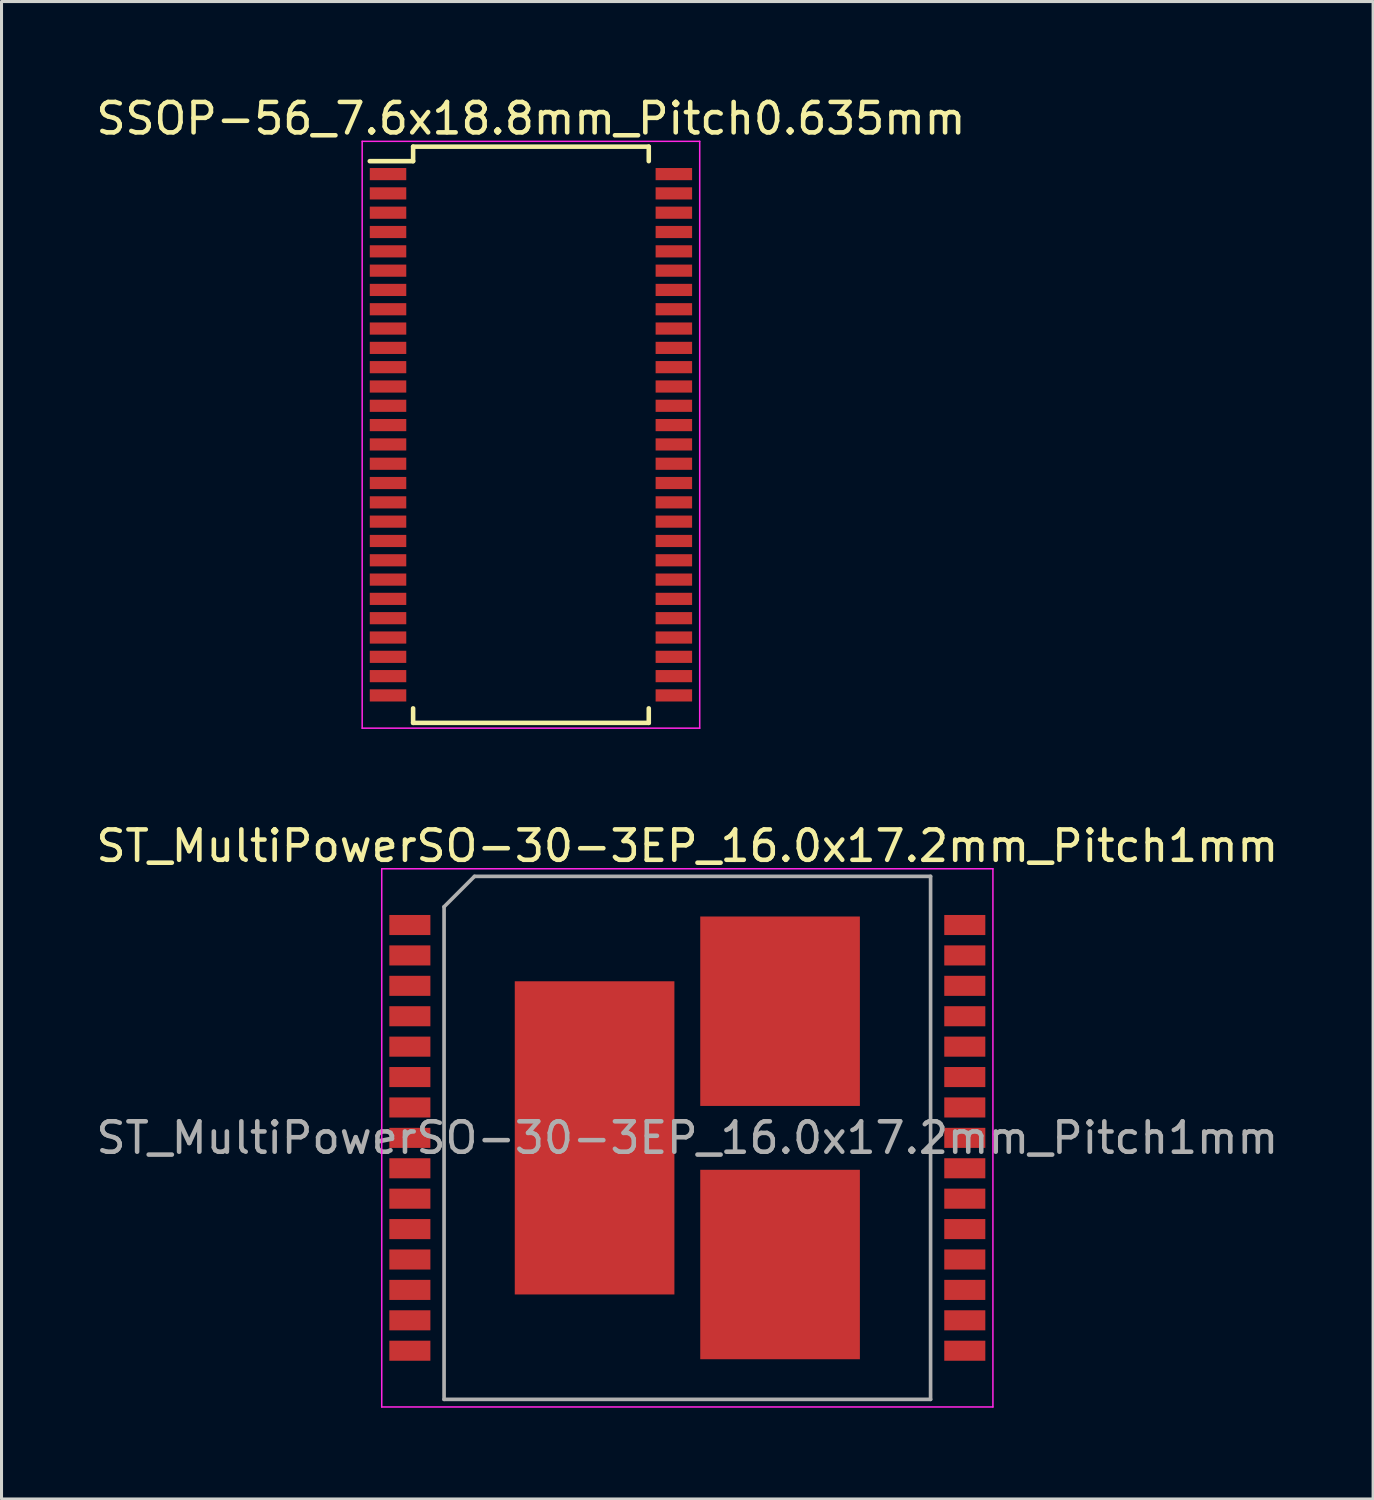
<source format=kicad_pcb>
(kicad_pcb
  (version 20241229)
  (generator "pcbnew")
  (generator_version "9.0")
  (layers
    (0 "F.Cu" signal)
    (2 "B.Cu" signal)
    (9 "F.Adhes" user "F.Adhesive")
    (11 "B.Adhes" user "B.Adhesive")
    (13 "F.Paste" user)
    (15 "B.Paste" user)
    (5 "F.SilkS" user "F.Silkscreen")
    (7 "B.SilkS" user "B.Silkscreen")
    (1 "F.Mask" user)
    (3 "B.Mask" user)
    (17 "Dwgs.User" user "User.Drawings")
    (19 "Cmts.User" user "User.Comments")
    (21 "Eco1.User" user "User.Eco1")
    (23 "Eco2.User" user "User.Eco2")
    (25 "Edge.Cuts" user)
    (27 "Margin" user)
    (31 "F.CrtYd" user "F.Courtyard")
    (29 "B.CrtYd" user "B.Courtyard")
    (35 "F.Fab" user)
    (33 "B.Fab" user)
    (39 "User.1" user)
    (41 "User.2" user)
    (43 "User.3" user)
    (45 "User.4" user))
  (footprint "ST_MultiPowerSO-30-3EP_16.0x17.2mm_Pitch1mm"
    (layer "F.Cu")
    (at 19.554 34.371)
    (property "Reference" "ST_MultiPowerSO-30-3EP_16.0x17.2mm_Pitch1mm" (at 0 -9.6 0) (layer "F.SilkS") (effects (font (size 1 1) (thickness 0.15))))
    (attr smd)
    (fp_line (start -10.05 -8.85) (end -10.05 8.85) (stroke (width 0.05) (type solid)) (layer "F.CrtYd"))
    (fp_line (start -10.05 -8.85) (end 10.05 -8.85) (stroke (width 0.05) (type solid)) (layer "F.CrtYd"))
    (fp_line (start 10.05 8.85) (end -10.05 8.85) (stroke (width 0.05) (type solid)) (layer "F.CrtYd"))
    (fp_line (start 10.05 8.85) (end 10.05 -8.85) (stroke (width 0.05) (type solid)) (layer "F.CrtYd"))
    (fp_line (start -8 -7.6) (end -8 8.6) (stroke (width 0.12) (type solid)) (layer "F.Fab"))
    (fp_line (start -8 8.6) (end 8 8.6) (stroke (width 0.12) (type solid)) (layer "F.Fab"))
    (fp_line (start -7 -8.6) (end -8 -7.6) (stroke (width 0.12) (type solid)) (layer "F.Fab"))
    (fp_line (start 8 -8.6) (end -7 -8.6) (stroke (width 0.12) (type solid)) (layer "F.Fab"))
    (fp_line (start 8 8.6) (end 8 -8.6) (stroke (width 0.12) (type solid)) (layer "F.Fab"))
    (fp_text user "${REFERENCE}" (at 0 0 0) (layer "F.Fab") (effects (font (size 1 1) (thickness 0.15))))
    (pad "1" smd rect (at -9.125 -7 270) (size 0.66 1.35) (layers "F.Cu" "F.Mask" "F.Paste"))
    (pad "2" smd rect (at -9.125 -6 270) (size 0.66 1.35) (layers "F.Cu" "F.Mask" "F.Paste"))
    (pad "3" smd rect (at -9.125 -5 270) (size 0.66 1.35) (layers "F.Cu" "F.Mask" "F.Paste"))
    (pad "4" smd rect (at -9.125 -4 270) (size 0.66 1.35) (layers "F.Cu" "F.Mask" "F.Paste"))
    (pad "5" smd rect (at -9.125 -3 270) (size 0.66 1.35) (layers "F.Cu" "F.Mask" "F.Paste"))
    (pad "6" smd rect (at -9.125 -2 270) (size 0.66 1.35) (layers "F.Cu" "F.Mask" "F.Paste"))
    (pad "7" smd rect (at -9.125 -1 270) (size 0.66 1.35) (layers "F.Cu" "F.Mask" "F.Paste"))
    (pad "8" smd rect (at -9.125 0 270) (size 0.66 1.35) (layers "F.Cu" "F.Mask" "F.Paste"))
    (pad "9" smd rect (at -9.125 1 270) (size 0.66 1.35) (layers "F.Cu" "F.Mask" "F.Paste"))
    (pad "10" smd rect (at -9.125 2 270) (size 0.66 1.35) (layers "F.Cu" "F.Mask" "F.Paste"))
    (pad "11" smd rect (at -9.125 3 270) (size 0.66 1.35) (layers "F.Cu" "F.Mask" "F.Paste"))
    (pad "12" smd rect (at -9.125 4 270) (size 0.66 1.35) (layers "F.Cu" "F.Mask" "F.Paste"))
    (pad "13" smd rect (at -9.125 5 270) (size 0.66 1.35) (layers "F.Cu" "F.Mask" "F.Paste"))
    (pad "14" smd rect (at -9.125 6 270) (size 0.66 1.35) (layers "F.Cu" "F.Mask" "F.Paste"))
    (pad "15" smd rect (at -9.125 7 270) (size 0.66 1.35) (layers "F.Cu" "F.Mask" "F.Paste"))
    (pad "16" smd rect (at 9.125 7 270) (size 0.66 1.35) (layers "F.Cu" "F.Mask" "F.Paste"))
    (pad "17" smd rect (at 9.125 6 270) (size 0.66 1.35) (layers "F.Cu" "F.Mask" "F.Paste"))
    (pad "18" smd rect (at 9.125 5 270) (size 0.66 1.35) (layers "F.Cu" "F.Mask" "F.Paste"))
    (pad "19" smd rect (at 9.125 4 270) (size 0.66 1.35) (layers "F.Cu" "F.Mask" "F.Paste"))
    (pad "20" smd rect (at 9.125 3 270) (size 0.66 1.35) (layers "F.Cu" "F.Mask" "F.Paste"))
    (pad "21" smd rect (at 9.125 2 270) (size 0.66 1.35) (layers "F.Cu" "F.Mask" "F.Paste"))
    (pad "22" smd rect (at 9.125 1 270) (size 0.66 1.35) (layers "F.Cu" "F.Mask" "F.Paste"))
    (pad "23" smd rect (at 9.125 0 270) (size 0.66 1.35) (layers "F.Cu" "F.Mask" "F.Paste"))
    (pad "24" smd rect (at 9.125 -1 270) (size 0.66 1.35) (layers "F.Cu" "F.Mask" "F.Paste"))
    (pad "25" smd rect (at 9.125 -2 270) (size 0.66 1.35) (layers "F.Cu" "F.Mask" "F.Paste"))
    (pad "26" smd rect (at 9.125 -3 270) (size 0.66 1.35) (layers "F.Cu" "F.Mask" "F.Paste"))
    (pad "27" smd rect (at 9.125 -4 270) (size 0.66 1.35) (layers "F.Cu" "F.Mask" "F.Paste"))
    (pad "28" smd rect (at 9.125 -5 270) (size 0.66 1.35) (layers "F.Cu" "F.Mask" "F.Paste"))
    (pad "29" smd rect (at 9.125 -6 270) (size 0.66 1.35) (layers "F.Cu" "F.Mask" "F.Paste"))
    (pad "30" smd rect (at 9.125 -7 270) (size 0.66 1.35) (layers "F.Cu" "F.Mask" "F.Paste"))
    (pad "31" smd rect (at -3.05 0) (size 5.25 10.3) (layers "F.Cu" "F.Mask" "F.Paste"))
    (pad "32" smd rect (at 3.05 -4.165) (size 5.25 6.23) (layers "F.Cu" "F.Mask" "F.Paste"))
    (pad "33" smd rect (at 3.05 4.165) (size 5.25 6.23) (layers "F.Cu" "F.Mask" "F.Paste")))
  (footprint "SSOP-56_7.6x18.8mm_Pitch0.635mm"
    (layer "F.Cu")
    (at 14.411 11.248)
    (property "Reference" "SSOP-56_7.6x18.8mm_Pitch0.635mm" (at 0 -10.4 0) (layer "F.SilkS") (effects (font (size 1 1) (thickness 0.15))))
    (attr smd)
    (fp_line (start -3.875 -9.475) (end -3.875 -8.998) (stroke (width 0.15) (type solid)) (layer "F.SilkS"))
    (fp_line (start -3.875 -9.475) (end 3.875 -9.475) (stroke (width 0.15) (type solid)) (layer "F.SilkS"))
    (fp_line (start -3.875 -8.998) (end -5.3 -8.998) (stroke (width 0.15) (type solid)) (layer "F.SilkS"))
    (fp_line (start -3.875 9.475) (end -3.875 8.998) (stroke (width 0.15) (type solid)) (layer "F.SilkS"))
    (fp_line (start -3.875 9.475) (end 3.875 9.475) (stroke (width 0.15) (type solid)) (layer "F.SilkS"))
    (fp_line (start 3.875 -9.475) (end 3.875 -8.998) (stroke (width 0.15) (type solid)) (layer "F.SilkS"))
    (fp_line (start 3.875 9.475) (end 3.875 8.998) (stroke (width 0.15) (type solid)) (layer "F.SilkS"))
    (fp_line (start -5.55 -9.65) (end -5.55 9.65) (stroke (width 0.05) (type solid)) (layer "F.CrtYd"))
    (fp_line (start -5.55 -9.65) (end 5.55 -9.65) (stroke (width 0.05) (type solid)) (layer "F.CrtYd"))
    (fp_line (start -5.55 9.65) (end 5.55 9.65) (stroke (width 0.05) (type solid)) (layer "F.CrtYd"))
    (fp_line (start 5.55 -9.65) (end 5.55 9.65) (stroke (width 0.05) (type solid)) (layer "F.CrtYd"))
    (pad "1" smd rect (at -4.7 -8.572) (size 1.2 0.4) (layers "F.Cu" "F.Mask" "F.Paste"))
    (pad "2" smd rect (at -4.7 -7.938) (size 1.2 0.4) (layers "F.Cu" "F.Mask" "F.Paste"))
    (pad "3" smd rect (at -4.7 -7.303) (size 1.2 0.4) (layers "F.Cu" "F.Mask" "F.Paste"))
    (pad "4" smd rect (at -4.7 -6.668) (size 1.2 0.4) (layers "F.Cu" "F.Mask" "F.Paste"))
    (pad "5" smd rect (at -4.7 -6.032) (size 1.2 0.4) (layers "F.Cu" "F.Mask" "F.Paste"))
    (pad "6" smd rect (at -4.7 -5.397) (size 1.2 0.4) (layers "F.Cu" "F.Mask" "F.Paste"))
    (pad "7" smd rect (at -4.7 -4.763) (size 1.2 0.4) (layers "F.Cu" "F.Mask" "F.Paste"))
    (pad "8" smd rect (at -4.7 -4.128) (size 1.2 0.4) (layers "F.Cu" "F.Mask" "F.Paste"))
    (pad "9" smd rect (at -4.7 -3.493) (size 1.2 0.4) (layers "F.Cu" "F.Mask" "F.Paste"))
    (pad "10" smd rect (at -4.7 -2.857) (size 1.2 0.4) (layers "F.Cu" "F.Mask" "F.Paste"))
    (pad "11" smd rect (at -4.7 -2.223) (size 1.2 0.4) (layers "F.Cu" "F.Mask" "F.Paste"))
    (pad "12" smd rect (at -4.7 -1.587) (size 1.2 0.4) (layers "F.Cu" "F.Mask" "F.Paste"))
    (pad "13" smd rect (at -4.7 -0.953) (size 1.2 0.4) (layers "F.Cu" "F.Mask" "F.Paste"))
    (pad "14" smd rect (at -4.7 -0.318) (size 1.2 0.4) (layers "F.Cu" "F.Mask" "F.Paste"))
    (pad "15" smd rect (at -4.7 0.318) (size 1.2 0.4) (layers "F.Cu" "F.Mask" "F.Paste"))
    (pad "16" smd rect (at -4.7 0.953) (size 1.2 0.4) (layers "F.Cu" "F.Mask" "F.Paste"))
    (pad "17" smd rect (at -4.7 1.587) (size 1.2 0.4) (layers "F.Cu" "F.Mask" "F.Paste"))
    (pad "18" smd rect (at -4.7 2.223) (size 1.2 0.4) (layers "F.Cu" "F.Mask" "F.Paste"))
    (pad "19" smd rect (at -4.7 2.857) (size 1.2 0.4) (layers "F.Cu" "F.Mask" "F.Paste"))
    (pad "20" smd rect (at -4.7 3.493) (size 1.2 0.4) (layers "F.Cu" "F.Mask" "F.Paste"))
    (pad "21" smd rect (at -4.7 4.128) (size 1.2 0.4) (layers "F.Cu" "F.Mask" "F.Paste"))
    (pad "22" smd rect (at -4.7 4.763) (size 1.2 0.4) (layers "F.Cu" "F.Mask" "F.Paste"))
    (pad "23" smd rect (at -4.7 5.397) (size 1.2 0.4) (layers "F.Cu" "F.Mask" "F.Paste"))
    (pad "24" smd rect (at -4.7 6.032) (size 1.2 0.4) (layers "F.Cu" "F.Mask" "F.Paste"))
    (pad "25" smd rect (at -4.7 6.668) (size 1.2 0.4) (layers "F.Cu" "F.Mask" "F.Paste"))
    (pad "26" smd rect (at -4.7 7.303) (size 1.2 0.4) (layers "F.Cu" "F.Mask" "F.Paste"))
    (pad "27" smd rect (at -4.7 7.938) (size 1.2 0.4) (layers "F.Cu" "F.Mask" "F.Paste"))
    (pad "28" smd rect (at -4.7 8.572) (size 1.2 0.4) (layers "F.Cu" "F.Mask" "F.Paste"))
    (pad "29" smd rect (at 4.7 8.572) (size 1.2 0.4) (layers "F.Cu" "F.Mask" "F.Paste"))
    (pad "30" smd rect (at 4.7 7.938) (size 1.2 0.4) (layers "F.Cu" "F.Mask" "F.Paste"))
    (pad "31" smd rect (at 4.7 7.303) (size 1.2 0.4) (layers "F.Cu" "F.Mask" "F.Paste"))
    (pad "32" smd rect (at 4.7 6.668) (size 1.2 0.4) (layers "F.Cu" "F.Mask" "F.Paste"))
    (pad "33" smd rect (at 4.7 6.032) (size 1.2 0.4) (layers "F.Cu" "F.Mask" "F.Paste"))
    (pad "34" smd rect (at 4.7 5.397) (size 1.2 0.4) (layers "F.Cu" "F.Mask" "F.Paste"))
    (pad "35" smd rect (at 4.7 4.763) (size 1.2 0.4) (layers "F.Cu" "F.Mask" "F.Paste"))
    (pad "36" smd rect (at 4.7 4.128) (size 1.2 0.4) (layers "F.Cu" "F.Mask" "F.Paste"))
    (pad "37" smd rect (at 4.7 3.493) (size 1.2 0.4) (layers "F.Cu" "F.Mask" "F.Paste"))
    (pad "38" smd rect (at 4.7 2.857) (size 1.2 0.4) (layers "F.Cu" "F.Mask" "F.Paste"))
    (pad "39" smd rect (at 4.7 2.223) (size 1.2 0.4) (layers "F.Cu" "F.Mask" "F.Paste"))
    (pad "40" smd rect (at 4.7 1.587) (size 1.2 0.4) (layers "F.Cu" "F.Mask" "F.Paste"))
    (pad "41" smd rect (at 4.7 0.953) (size 1.2 0.4) (layers "F.Cu" "F.Mask" "F.Paste"))
    (pad "42" smd rect (at 4.7 0.318) (size 1.2 0.4) (layers "F.Cu" "F.Mask" "F.Paste"))
    (pad "43" smd rect (at 4.7 -0.318) (size 1.2 0.4) (layers "F.Cu" "F.Mask" "F.Paste"))
    (pad "44" smd rect (at 4.7 -0.953) (size 1.2 0.4) (layers "F.Cu" "F.Mask" "F.Paste"))
    (pad "45" smd rect (at 4.7 -1.587) (size 1.2 0.4) (layers "F.Cu" "F.Mask" "F.Paste"))
    (pad "46" smd rect (at 4.7 -2.223) (size 1.2 0.4) (layers "F.Cu" "F.Mask" "F.Paste"))
    (pad "47" smd rect (at 4.7 -2.857) (size 1.2 0.4) (layers "F.Cu" "F.Mask" "F.Paste"))
    (pad "48" smd rect (at 4.7 -3.493) (size 1.2 0.4) (layers "F.Cu" "F.Mask" "F.Paste"))
    (pad "49" smd rect (at 4.7 -4.128) (size 1.2 0.4) (layers "F.Cu" "F.Mask" "F.Paste"))
    (pad "50" smd rect (at 4.7 -4.763) (size 1.2 0.4) (layers "F.Cu" "F.Mask" "F.Paste"))
    (pad "51" smd rect (at 4.7 -5.397) (size 1.2 0.4) (layers "F.Cu" "F.Mask" "F.Paste"))
    (pad "52" smd rect (at 4.7 -6.032) (size 1.2 0.4) (layers "F.Cu" "F.Mask" "F.Paste"))
    (pad "53" smd rect (at 4.7 -6.668) (size 1.2 0.4) (layers "F.Cu" "F.Mask" "F.Paste"))
    (pad "54" smd rect (at 4.7 -7.303) (size 1.2 0.4) (layers "F.Cu" "F.Mask" "F.Paste"))
    (pad "55" smd rect (at 4.7 -7.938) (size 1.2 0.4) (layers "F.Cu" "F.Mask" "F.Paste"))
    (pad "56" smd rect (at 4.7 -8.572) (size 1.2 0.4) (layers "F.Cu" "F.Mask" "F.Paste")))
  (gr_rect
    (start -3 -3)
    (end 42.107 46.246)
    (stroke (width 0.1) (type default))
    (fill no)
    (layer "Edge.Cuts")))
</source>
